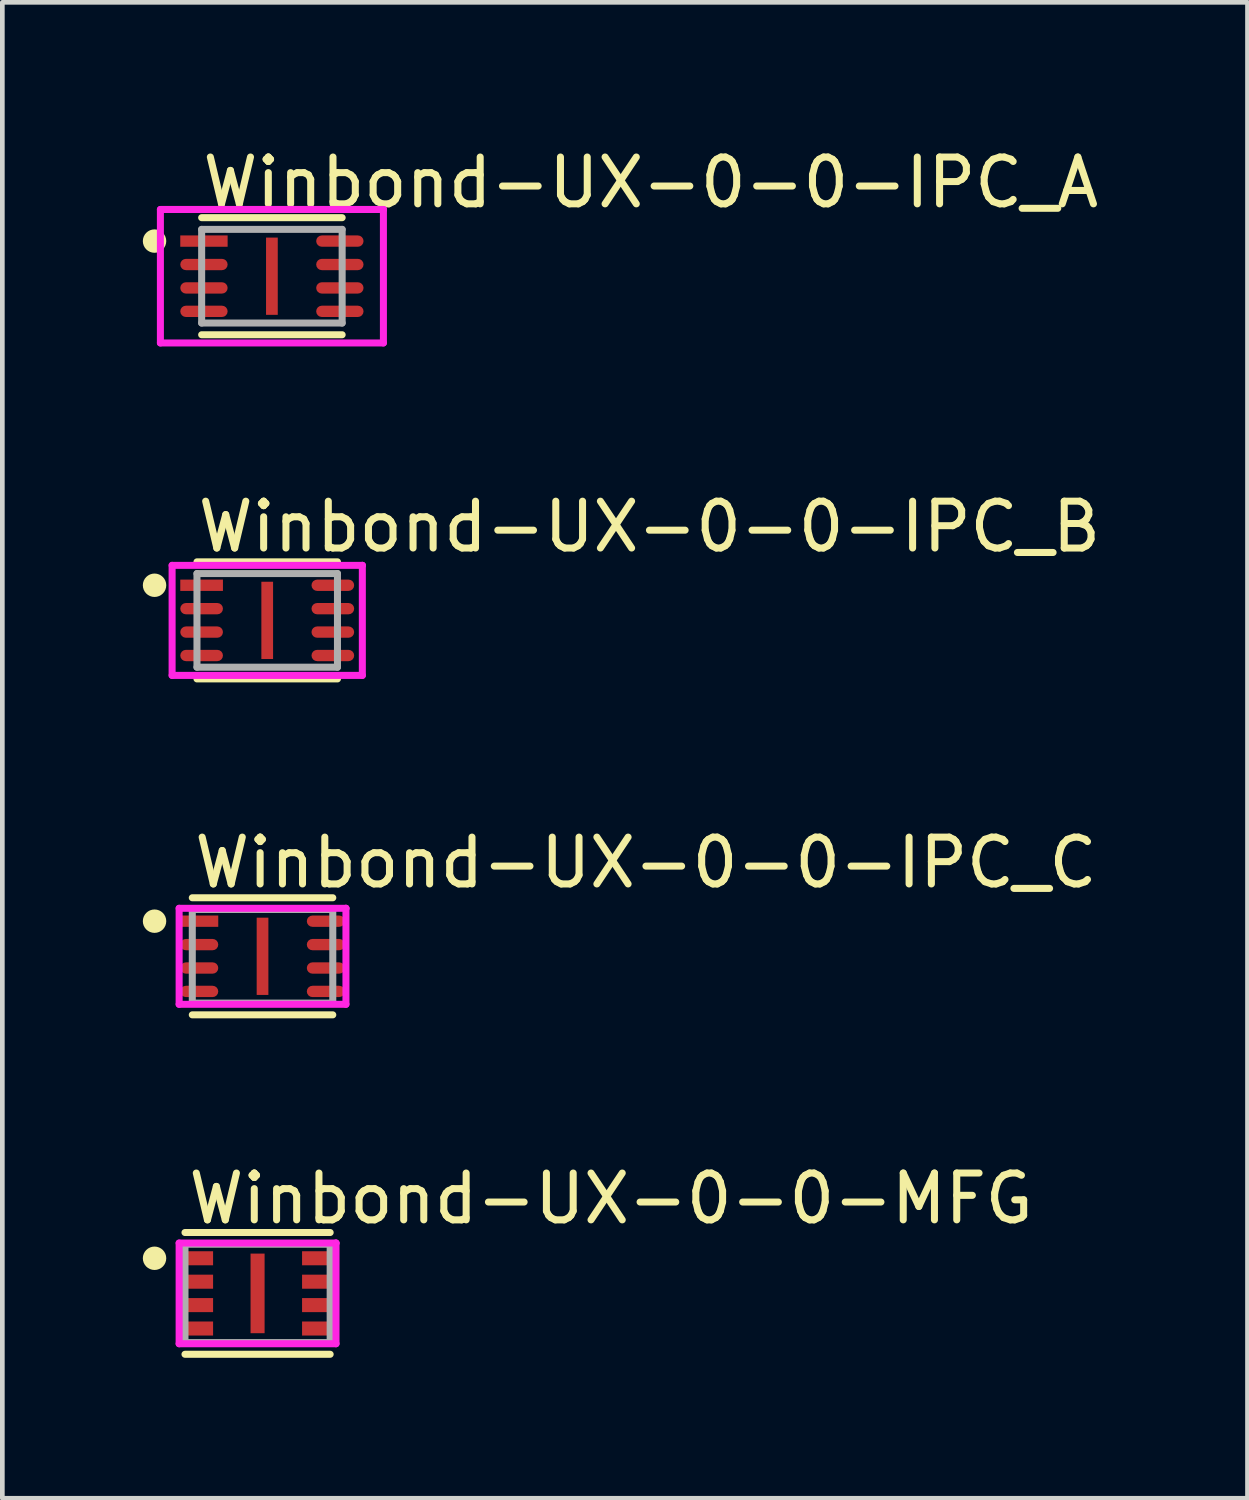
<source format=kicad_pcb>
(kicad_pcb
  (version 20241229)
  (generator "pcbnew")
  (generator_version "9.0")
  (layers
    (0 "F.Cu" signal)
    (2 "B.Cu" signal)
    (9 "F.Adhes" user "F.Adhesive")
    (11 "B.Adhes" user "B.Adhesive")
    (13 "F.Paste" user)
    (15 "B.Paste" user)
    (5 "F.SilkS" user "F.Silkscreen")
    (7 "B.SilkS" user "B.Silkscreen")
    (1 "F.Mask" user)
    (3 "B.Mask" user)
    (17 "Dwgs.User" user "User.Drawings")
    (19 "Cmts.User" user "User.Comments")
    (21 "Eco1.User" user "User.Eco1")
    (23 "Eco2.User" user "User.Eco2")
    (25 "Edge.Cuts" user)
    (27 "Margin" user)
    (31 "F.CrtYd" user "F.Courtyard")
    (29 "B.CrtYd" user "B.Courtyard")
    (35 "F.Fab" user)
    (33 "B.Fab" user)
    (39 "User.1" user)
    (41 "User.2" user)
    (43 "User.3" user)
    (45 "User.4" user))
  (footprint "Winbond-UX-0-0-MFG"
    (layer "F.Cu")
    (at 2.45 24.568)
    (property "Reference" "Winbond-UX-0-0-MFG" (at -1.55 -2.025 0) (layer "F.SilkS") (effects (font (size 1 1) (thickness 0.15)) (justify left)))
    (attr through_hole)
    (fp_line (start -1.55 -1.3) (end 1.55 -1.3) (stroke (width 0.15) (type solid)) (layer "F.SilkS"))
    (fp_line (start -1.55 1.3) (end 1.55 1.3) (stroke (width 0.15) (type solid)) (layer "F.SilkS"))
    (fp_circle (center -2.2 -0.75) (end -2.075 -0.75) (stroke (width 0.25) (type solid)) (fill no) (layer "F.SilkS"))
    (fp_line (start -1.675 -1.075) (end -1.675 1.075) (stroke (width 0.15) (type solid)) (layer "F.CrtYd"))
    (fp_line (start -1.675 1.075) (end 1.675 1.075) (stroke (width 0.15) (type solid)) (layer "F.CrtYd"))
    (fp_line (start 1.675 -1.075) (end -1.675 -1.075) (stroke (width 0.15) (type solid)) (layer "F.CrtYd"))
    (fp_line (start 1.675 -1.075) (end 1.675 -1.075) (stroke (width 0.15) (type solid)) (layer "F.CrtYd"))
    (fp_line (start 1.675 1.075) (end 1.675 -1.075) (stroke (width 0.15) (type solid)) (layer "F.CrtYd"))
    (fp_line (start -1.55 -1.05) (end 1.55 -1.05) (stroke (width 0.15) (type solid)) (layer "F.Fab"))
    (fp_line (start -1.55 1.05) (end -1.55 -1.05) (stroke (width 0.15) (type solid)) (layer "F.Fab"))
    (fp_line (start 1.55 -1.05) (end 1.55 1.05) (stroke (width 0.15) (type solid)) (layer "F.Fab"))
    (fp_line (start 1.55 1.05) (end -1.55 1.05) (stroke (width 0.15) (type solid)) (layer "F.Fab"))
    (pad "" smd rect (at -1.375 -0.75) (size 0.55 0.2) (layers "F.Paste"))
    (pad "" smd rect (at -1.375 -0.25) (size 0.55 0.2) (layers "F.Paste"))
    (pad "" smd rect (at -1.375 0.25) (size 0.55 0.2) (layers "F.Paste"))
    (pad "" smd rect (at -1.375 0.75) (size 0.55 0.2) (layers "F.Paste"))
    (pad "" smd rect (at -1.3 -0.75) (size 0.7 0.3) (layers "F.Mask"))
    (pad "" smd rect (at -1.3 -0.25) (size 0.7 0.3) (layers "F.Mask"))
    (pad "" smd rect (at -1.3 0.25) (size 0.7 0.3) (layers "F.Mask"))
    (pad "" smd rect (at -1.3 0.75) (size 0.7 0.3) (layers "F.Mask"))
    (pad "" smd rect (at 0 -0.35) (size 0.2 0.5) (layers "F.Paste"))
    (pad "" smd rect (at 0 0.35) (size 0.2 0.5) (layers "F.Paste"))
    (pad "" smd rect (at 1.3 -0.75) (size 0.7 0.3) (layers "F.Mask"))
    (pad "" smd rect (at 1.3 -0.25) (size 0.7 0.3) (layers "F.Mask"))
    (pad "" smd rect (at 1.3 0.25) (size 0.7 0.3) (layers "F.Mask"))
    (pad "" smd rect (at 1.3 0.75) (size 0.7 0.3) (layers "F.Mask"))
    (pad "" smd rect (at 1.375 -0.75) (size 0.55 0.2) (layers "F.Paste"))
    (pad "" smd rect (at 1.375 -0.25) (size 0.55 0.2) (layers "F.Paste"))
    (pad "" smd rect (at 1.375 0.25) (size 0.55 0.2) (layers "F.Paste"))
    (pad "" smd rect (at 1.375 0.75) (size 0.55 0.2) (layers "F.Paste"))
    (pad "1" smd rect (at -1.25 -0.75) (size 0.6 0.3) (layers "F.Cu"))
    (pad "2" smd rect (at -1.25 -0.25) (size 0.6 0.3) (layers "F.Cu"))
    (pad "3" smd rect (at -1.25 0.25) (size 0.6 0.3) (layers "F.Cu"))
    (pad "4" smd rect (at -1.25 0.75) (size 0.6 0.3) (layers "F.Cu"))
    (pad "5" smd rect (at 1.25 0.75) (size 0.6 0.3) (layers "F.Cu"))
    (pad "6" smd rect (at 1.25 0.25) (size 0.6 0.3) (layers "F.Cu"))
    (pad "7" smd rect (at 1.25 -0.25) (size 0.6 0.3) (layers "F.Cu"))
    (pad "8" smd rect (at 1.25 -0.75) (size 0.6 0.3) (layers "F.Cu"))
    (pad "9" smd rect (at 0 0) (size 0.3 1.7) (layers "F.Cu" "F.Mask")))
  (footprint "Winbond-UX-0-0-IPC_C"
    (layer "F.Cu")
    (at 2.556 17.37)
    (property "Reference" "Winbond-UX-0-0-IPC_C" (at -1.531 -2 0) (layer "F.SilkS") (effects (font (size 1 1) (thickness 0.15)) (justify left)))
    (attr through_hole)
    (fp_line (start -1.5 -1.25) (end 1.5 -1.25) (stroke (width 0.15) (type solid)) (layer "F.SilkS"))
    (fp_line (start -1.5 1.25) (end 1.5 1.25) (stroke (width 0.15) (type solid)) (layer "F.SilkS"))
    (fp_circle (center -2.306 -0.75) (end -2.181 -0.75) (stroke (width 0.25) (type solid)) (fill no) (layer "F.SilkS"))
    (fp_poly (pts (xy -0.055 -0.755) (xy 0.055 -0.755) (xy 0.055 0.755) (xy -0.055 0.755)) (stroke (width 0) (type solid)) (fill yes) (layer "F.Paste"))
    (fp_line (start -1.781 -1.025) (end -1.781 1.025) (stroke (width 0.15) (type solid)) (layer "F.CrtYd"))
    (fp_line (start -1.781 1.025) (end 1.781 1.025) (stroke (width 0.15) (type solid)) (layer "F.CrtYd"))
    (fp_line (start 1.781 -1.025) (end -1.781 -1.025) (stroke (width 0.15) (type solid)) (layer "F.CrtYd"))
    (fp_line (start 1.781 -1.025) (end 1.781 -1.025) (stroke (width 0.15) (type solid)) (layer "F.CrtYd"))
    (fp_line (start 1.781 1.025) (end 1.781 -1.025) (stroke (width 0.15) (type solid)) (layer "F.CrtYd"))
    (fp_line (start -1.5 -1) (end 1.5 -1) (stroke (width 0.15) (type solid)) (layer "F.Fab"))
    (fp_line (start -1.5 1) (end -1.5 -1) (stroke (width 0.15) (type solid)) (layer "F.Fab"))
    (fp_line (start 1.5 -1) (end 1.5 1) (stroke (width 0.15) (type solid)) (layer "F.Fab"))
    (fp_line (start 1.5 1) (end -1.5 1) (stroke (width 0.15) (type solid)) (layer "F.Fab"))
    (pad "1" smd rect (at -1.351 -0.75) (size 0.811 0.242) (layers "F.Cu" "F.Mask" "F.Paste"))
    (pad "2" smd roundrect (at -1.351 -0.25) (size 0.811 0.242) (layers "F.Cu" "F.Mask" "F.Paste") (roundrect_rratio 0.5))
    (pad "3" smd roundrect (at -1.351 0.25) (size 0.811 0.242) (layers "F.Cu" "F.Mask" "F.Paste") (roundrect_rratio 0.5))
    (pad "4" smd roundrect (at -1.351 0.75) (size 0.811 0.242) (layers "F.Cu" "F.Mask" "F.Paste") (roundrect_rratio 0.5))
    (pad "5" smd roundrect (at 1.351 0.75) (size 0.811 0.242) (layers "F.Cu" "F.Mask" "F.Paste") (roundrect_rratio 0.5))
    (pad "6" smd roundrect (at 1.351 0.25) (size 0.811 0.242) (layers "F.Cu" "F.Mask" "F.Paste") (roundrect_rratio 0.5))
    (pad "7" smd roundrect (at 1.351 -0.25) (size 0.811 0.242) (layers "F.Cu" "F.Mask" "F.Paste") (roundrect_rratio 0.5))
    (pad "8" smd roundrect (at 1.351 -0.75) (size 0.811 0.242) (layers "F.Cu" "F.Mask" "F.Paste") (roundrect_rratio 0.5))
    (pad "9" smd rect (at 0 0) (size 0.25 1.65) (layers "F.Cu" "F.Mask")))
  (footprint "Winbond-UX-0-0-IPC_B"
    (layer "F.Cu")
    (at 2.656 10.197)
    (property "Reference" "Winbond-UX-0-0-IPC_B" (at -1.556 -2 0) (layer "F.SilkS") (effects (font (size 1 1) (thickness 0.15)) (justify left)))
    (attr through_hole)
    (fp_line (start -1.5 -1.25) (end 1.5 -1.25) (stroke (width 0.15) (type solid)) (layer "F.SilkS"))
    (fp_line (start -1.5 1.25) (end 1.5 1.25) (stroke (width 0.15) (type solid)) (layer "F.SilkS"))
    (fp_circle (center -2.406 -0.75) (end -2.281 -0.75) (stroke (width 0.25) (type solid)) (fill no) (layer "F.SilkS"))
    (fp_poly (pts (xy -0.055 -0.755) (xy 0.055 -0.755) (xy 0.055 0.755) (xy -0.055 0.755)) (stroke (width 0) (type solid)) (fill yes) (layer "F.Paste"))
    (fp_line (start -2.031 -1.175) (end -2.031 1.175) (stroke (width 0.15) (type solid)) (layer "F.CrtYd"))
    (fp_line (start -2.031 1.175) (end 2.031 1.175) (stroke (width 0.15) (type solid)) (layer "F.CrtYd"))
    (fp_line (start 2.031 -1.175) (end -2.031 -1.175) (stroke (width 0.15) (type solid)) (layer "F.CrtYd"))
    (fp_line (start 2.031 -1.175) (end 2.031 -1.175) (stroke (width 0.15) (type solid)) (layer "F.CrtYd"))
    (fp_line (start 2.031 1.175) (end 2.031 -1.175) (stroke (width 0.15) (type solid)) (layer "F.CrtYd"))
    (fp_line (start -1.5 -1) (end 1.5 -1) (stroke (width 0.15) (type solid)) (layer "F.Fab"))
    (fp_line (start -1.5 1) (end -1.5 -1) (stroke (width 0.15) (type solid)) (layer "F.Fab"))
    (fp_line (start 1.5 -1) (end 1.5 1) (stroke (width 0.15) (type solid)) (layer "F.Fab"))
    (fp_line (start 1.5 1) (end -1.5 1) (stroke (width 0.15) (type solid)) (layer "F.Fab"))
    (pad "1" smd rect (at -1.401 -0.75) (size 0.911 0.242) (layers "F.Cu" "F.Mask" "F.Paste"))
    (pad "2" smd roundrect (at -1.401 -0.25) (size 0.911 0.242) (layers "F.Cu" "F.Mask" "F.Paste") (roundrect_rratio 0.5))
    (pad "3" smd roundrect (at -1.401 0.25) (size 0.911 0.242) (layers "F.Cu" "F.Mask" "F.Paste") (roundrect_rratio 0.5))
    (pad "4" smd roundrect (at -1.401 0.75) (size 0.911 0.242) (layers "F.Cu" "F.Mask" "F.Paste") (roundrect_rratio 0.5))
    (pad "5" smd roundrect (at 1.401 0.75) (size 0.911 0.242) (layers "F.Cu" "F.Mask" "F.Paste") (roundrect_rratio 0.5))
    (pad "6" smd roundrect (at 1.401 0.25) (size 0.911 0.242) (layers "F.Cu" "F.Mask" "F.Paste") (roundrect_rratio 0.5))
    (pad "7" smd roundrect (at 1.401 -0.25) (size 0.911 0.242) (layers "F.Cu" "F.Mask" "F.Paste") (roundrect_rratio 0.5))
    (pad "8" smd roundrect (at 1.401 -0.75) (size 0.911 0.242) (layers "F.Cu" "F.Mask" "F.Paste") (roundrect_rratio 0.5))
    (pad "9" smd rect (at 0 0) (size 0.25 1.65) (layers "F.Cu" "F.Mask")))
  (footprint "Winbond-UX-0-0-IPC_A"
    (layer "F.Cu")
    (at 2.756 2.848)
    (property "Reference" "Winbond-UX-0-0-IPC_A" (at -1.556 -2 0) (layer "F.SilkS") (effects (font (size 1 1) (thickness 0.15)) (justify left)))
    (attr through_hole)
    (fp_line (start -1.5 -1.25) (end 1.5 -1.25) (stroke (width 0.15) (type solid)) (layer "F.SilkS"))
    (fp_line (start -1.5 1.25) (end 1.5 1.25) (stroke (width 0.15) (type solid)) (layer "F.SilkS"))
    (fp_circle (center -2.506 -0.75) (end -2.381 -0.75) (stroke (width 0.25) (type solid)) (fill no) (layer "F.SilkS"))
    (fp_poly (pts (xy -0.055 -0.755) (xy 0.055 -0.755) (xy 0.055 0.755) (xy -0.055 0.755)) (stroke (width 0) (type solid)) (fill yes) (layer "F.Paste"))
    (fp_line (start -2.381 -1.425) (end -2.381 1.425) (stroke (width 0.15) (type solid)) (layer "F.CrtYd"))
    (fp_line (start -2.381 1.425) (end 2.381 1.425) (stroke (width 0.15) (type solid)) (layer "F.CrtYd"))
    (fp_line (start 2.381 -1.425) (end -2.381 -1.425) (stroke (width 0.15) (type solid)) (layer "F.CrtYd"))
    (fp_line (start 2.381 -1.425) (end 2.381 -1.425) (stroke (width 0.15) (type solid)) (layer "F.CrtYd"))
    (fp_line (start 2.381 1.425) (end 2.381 -1.425) (stroke (width 0.15) (type solid)) (layer "F.CrtYd"))
    (fp_line (start -1.5 -1) (end 1.5 -1) (stroke (width 0.15) (type solid)) (layer "F.Fab"))
    (fp_line (start -1.5 1) (end -1.5 -1) (stroke (width 0.15) (type solid)) (layer "F.Fab"))
    (fp_line (start 1.5 -1) (end 1.5 1) (stroke (width 0.15) (type solid)) (layer "F.Fab"))
    (fp_line (start 1.5 1) (end -1.5 1) (stroke (width 0.15) (type solid)) (layer "F.Fab"))
    (pad "1" smd rect (at -1.451 -0.75) (size 1.011 0.242) (layers "F.Cu" "F.Mask" "F.Paste"))
    (pad "2" smd roundrect (at -1.451 -0.25) (size 1.011 0.242) (layers "F.Cu" "F.Mask" "F.Paste") (roundrect_rratio 0.5))
    (pad "3" smd roundrect (at -1.451 0.25) (size 1.011 0.242) (layers "F.Cu" "F.Mask" "F.Paste") (roundrect_rratio 0.5))
    (pad "4" smd roundrect (at -1.451 0.75) (size 1.011 0.242) (layers "F.Cu" "F.Mask" "F.Paste") (roundrect_rratio 0.5))
    (pad "5" smd roundrect (at 1.451 0.75) (size 1.011 0.242) (layers "F.Cu" "F.Mask" "F.Paste") (roundrect_rratio 0.5))
    (pad "6" smd roundrect (at 1.451 0.25) (size 1.011 0.242) (layers "F.Cu" "F.Mask" "F.Paste") (roundrect_rratio 0.5))
    (pad "7" smd roundrect (at 1.451 -0.25) (size 1.011 0.242) (layers "F.Cu" "F.Mask" "F.Paste") (roundrect_rratio 0.5))
    (pad "8" smd roundrect (at 1.451 -0.75) (size 1.011 0.242) (layers "F.Cu" "F.Mask" "F.Paste") (roundrect_rratio 0.5))
    (pad "9" smd rect (at 0 0) (size 0.25 1.65) (layers "F.Cu" "F.Mask")))
  (gr_rect
    (start -3 -3)
    (end 23.588 28.943)
    (stroke (width 0.1) (type default))
    (fill no)
    (layer "Edge.Cuts")))
</source>
